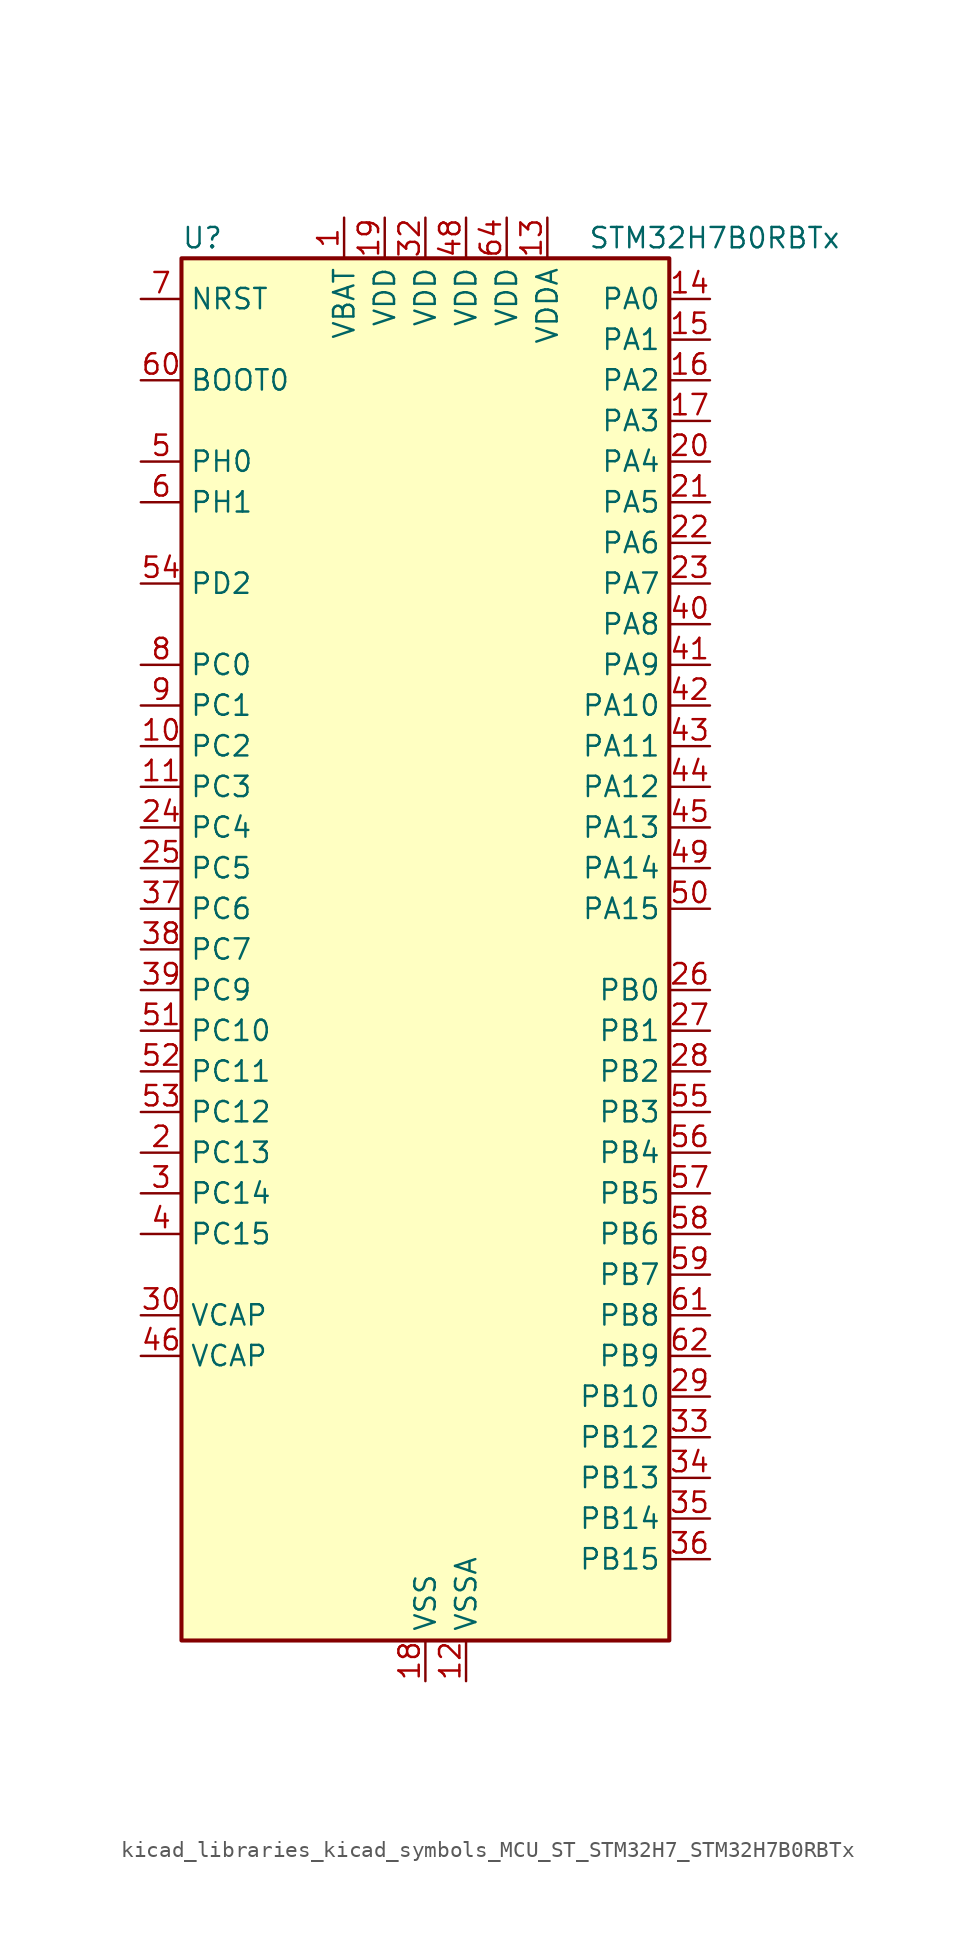
<source format=kicad_sym>
(kicad_symbol_lib
  (version 20220914)
  (generator kicad_symbol_editor)
  (symbol "kicad_libraries_kicad_symbols_MCU_ST_STM32H7_STM32H7B0RBTx"
    (property "Reference" "U"
      (at -15.24 44.45 0)
      (effects (font (size 1.27 1.27)) (justify left)))
    (property "Value" "STM32H7B0RBTx"
      (at 10.16 44.45 0)
      (effects (font (size 1.27 1.27)) (justify left)))
    (property "ki_locked" ""
      (at 0 0 0)
      (effects (font (size 1.27 1.27))))
    (symbol "kicad_libraries_kicad_symbols_MCU_ST_STM32H7_STM32H7B0RBTx_0_1"
      (rectangle (start -15.24 -43.18) (end 15.24 43.18) (stroke (width 0.254) (type default)) (fill (type background))))
    (symbol "kicad_libraries_kicad_symbols_MCU_ST_STM32H7_STM32H7B0RBTx_1_1"
      (pin power_in line (at -5.08 45.72 270) (length 2.54) (name "VBAT" (effects (font (size 1.27 1.27)))) (number "1" (effects (font (size 1.27 1.27)))))
      (pin bidirectional line (at -17.78 12.7 0) (length 2.54) (name "PC2" (effects (font (size 1.27 1.27)))) (number "10" (effects (font (size 1.27 1.27)))) (alternate "ADC1_INN11" bidirectional line) (alternate "ADC1_INP12" bidirectional line) (alternate "ADC2_INN11" bidirectional line) (alternate "ADC2_INP12" bidirectional line) (alternate "DFSDM1_CKIN1" bidirectional line) (alternate "DFSDM1_CKOUT" bidirectional line) (alternate "I2S2_SDI" bidirectional line) (alternate "OCTOSPIM_P1_IO2" bidirectional line) (alternate "OCTOSPIM_P1_IO5" bidirectional line) (alternate "PWR_CSTOP" bidirectional line) (alternate "SPI2_MISO" bidirectional line) (alternate "USB_OTG_HS_ULPI_DIR" bidirectional line))
      (pin bidirectional line (at -17.78 10.16 0) (length 2.54) (name "PC3" (effects (font (size 1.27 1.27)))) (number "11" (effects (font (size 1.27 1.27)))) (alternate "ADC1_INN12" bidirectional line) (alternate "ADC1_INP13" bidirectional line) (alternate "ADC2_INN12" bidirectional line) (alternate "ADC2_INP13" bidirectional line) (alternate "DFSDM1_DATIN1" bidirectional line) (alternate "I2S2_SDO" bidirectional line) (alternate "OCTOSPIM_P1_IO0" bidirectional line) (alternate "OCTOSPIM_P1_IO6" bidirectional line) (alternate "PWR_CSLEEP" bidirectional line) (alternate "SPI2_MOSI" bidirectional line) (alternate "USB_OTG_HS_ULPI_NXT" bidirectional line))
      (pin power_in line (at 2.54 -45.72 90) (length 2.54) (name "VSSA" (effects (font (size 1.27 1.27)))) (number "12" (effects (font (size 1.27 1.27)))))
      (pin power_in line (at 7.62 45.72 270) (length 2.54) (name "VDDA" (effects (font (size 1.27 1.27)))) (number "13" (effects (font (size 1.27 1.27)))))
      (pin bidirectional line (at 17.78 40.64 180) (length 2.54) (name "PA0" (effects (font (size 1.27 1.27)))) (number "14" (effects (font (size 1.27 1.27)))) (alternate "ADC1_INP16" bidirectional line) (alternate "I2S6_WS" bidirectional line) (alternate "PWR_WKUP1" bidirectional line) (alternate "SAI2_SD_B" bidirectional line) (alternate "SDMMC2_CMD" bidirectional line) (alternate "SPI6_NSS" bidirectional line) (alternate "TIM15_BKIN" bidirectional line) (alternate "TIM2_CH1" bidirectional line) (alternate "TIM2_ETR" bidirectional line) (alternate "TIM5_CH1" bidirectional line) (alternate "TIM8_ETR" bidirectional line) (alternate "UART4_TX" bidirectional line) (alternate "USART2_CTS" bidirectional line) (alternate "USART2_NSS" bidirectional line))
      (pin bidirectional line (at 17.78 38.1 180) (length 2.54) (name "PA1" (effects (font (size 1.27 1.27)))) (number "15" (effects (font (size 1.27 1.27)))) (alternate "ADC1_INN16" bidirectional line) (alternate "ADC1_INP17" bidirectional line) (alternate "LPTIM3_OUT" bidirectional line) (alternate "LTDC_R2" bidirectional line) (alternate "OCTOSPIM_P1_DQS" bidirectional line) (alternate "OCTOSPIM_P1_IO3" bidirectional line) (alternate "SAI2_MCLK_B" bidirectional line) (alternate "TIM15_CH1N" bidirectional line) (alternate "TIM2_CH2" bidirectional line) (alternate "TIM5_CH2" bidirectional line) (alternate "UART4_RX" bidirectional line) (alternate "USART2_DE" bidirectional line) (alternate "USART2_RTS" bidirectional line))
      (pin bidirectional line (at 17.78 35.56 180) (length 2.54) (name "PA2" (effects (font (size 1.27 1.27)))) (number "16" (effects (font (size 1.27 1.27)))) (alternate "ADC1_INP14" bidirectional line) (alternate "DFSDM2_CKIN1" bidirectional line) (alternate "LTDC_R1" bidirectional line) (alternate "MDIOS_MDIO" bidirectional line) (alternate "PWR_WKUP2" bidirectional line) (alternate "SAI2_SCK_B" bidirectional line) (alternate "TIM15_CH1" bidirectional line) (alternate "TIM2_CH3" bidirectional line) (alternate "TIM5_CH3" bidirectional line) (alternate "USART2_TX" bidirectional line))
      (pin bidirectional line (at 17.78 33.02 180) (length 2.54) (name "PA3" (effects (font (size 1.27 1.27)))) (number "17" (effects (font (size 1.27 1.27)))) (alternate "ADC1_INP15" bidirectional line) (alternate "I2S6_MCK" bidirectional line) (alternate "LTDC_B2" bidirectional line) (alternate "LTDC_B5" bidirectional line) (alternate "OCTOSPIM_P1_CLK" bidirectional line) (alternate "TIM15_CH2" bidirectional line) (alternate "TIM2_CH4" bidirectional line) (alternate "TIM5_CH4" bidirectional line) (alternate "USART2_RX" bidirectional line) (alternate "USB_OTG_HS_ULPI_D0" bidirectional line))
      (pin power_in line (at 0 -45.72 90) (length 2.54) (name "VSS" (effects (font (size 1.27 1.27)))) (number "18" (effects (font (size 1.27 1.27)))))
      (pin power_in line (at -2.54 45.72 270) (length 2.54) (name "VDD" (effects (font (size 1.27 1.27)))) (number "19" (effects (font (size 1.27 1.27)))))
      (pin bidirectional line (at -17.78 -12.7 0) (length 2.54) (name "PC13" (effects (font (size 1.27 1.27)))) (number "2" (effects (font (size 1.27 1.27)))) (alternate "PWR_WKUP4" bidirectional line) (alternate "RTC_OUT_ALARM" bidirectional line) (alternate "RTC_OUT_CALIB" bidirectional line) (alternate "RTC_TAMP1" bidirectional line) (alternate "RTC_TS" bidirectional line))
      (pin bidirectional line (at 17.78 30.48 180) (length 2.54) (name "PA4" (effects (font (size 1.27 1.27)))) (number "20" (effects (font (size 1.27 1.27)))) (alternate "ADC1_INP18" bidirectional line) (alternate "DAC1_OUT1" bidirectional line) (alternate "DCMI_HSYNC" bidirectional line) (alternate "I2S1_WS" bidirectional line) (alternate "I2S3_WS" bidirectional line) (alternate "I2S6_WS" bidirectional line) (alternate "LTDC_VSYNC" bidirectional line) (alternate "PSSI_DE" bidirectional line) (alternate "SPI1_NSS" bidirectional line) (alternate "SPI3_NSS" bidirectional line) (alternate "SPI6_NSS" bidirectional line) (alternate "TIM5_ETR" bidirectional line) (alternate "USART2_CK" bidirectional line))
      (pin bidirectional line (at 17.78 27.94 180) (length 2.54) (name "PA5" (effects (font (size 1.27 1.27)))) (number "21" (effects (font (size 1.27 1.27)))) (alternate "ADC1_INN18" bidirectional line) (alternate "ADC1_INP19" bidirectional line) (alternate "DAC1_OUT2" bidirectional line) (alternate "I2S1_CK" bidirectional line) (alternate "I2S6_CK" bidirectional line) (alternate "LTDC_R4" bidirectional line) (alternate "PSSI_D14" bidirectional line) (alternate "PWR_NDSTOP2" bidirectional line) (alternate "SPI1_SCK" bidirectional line) (alternate "SPI6_SCK" bidirectional line) (alternate "TIM2_CH1" bidirectional line) (alternate "TIM2_ETR" bidirectional line) (alternate "TIM8_CH1N" bidirectional line) (alternate "USB_OTG_HS_ULPI_CK" bidirectional line))
      (pin bidirectional line (at 17.78 25.4 180) (length 2.54) (name "PA6" (effects (font (size 1.27 1.27)))) (number "22" (effects (font (size 1.27 1.27)))) (alternate "ADC1_INP3" bidirectional line) (alternate "ADC2_INP3" bidirectional line) (alternate "DAC2_OUT1" bidirectional line) (alternate "DCMI_PIXCLK" bidirectional line) (alternate "I2S1_SDI" bidirectional line) (alternate "I2S6_SDI" bidirectional line) (alternate "LTDC_G2" bidirectional line) (alternate "MDIOS_MDC" bidirectional line) (alternate "OCTOSPIM_P1_IO3" bidirectional line) (alternate "PSSI_PDCK" bidirectional line) (alternate "SPI1_MISO" bidirectional line) (alternate "SPI6_MISO" bidirectional line) (alternate "TIM13_CH1" bidirectional line) (alternate "TIM1_BKIN" bidirectional line) (alternate "TIM1_BKIN_COMP1" bidirectional line) (alternate "TIM3_CH1" bidirectional line) (alternate "TIM8_BKIN" bidirectional line) (alternate "TIM8_BKIN_COMP1" bidirectional line))
      (pin bidirectional line (at 17.78 22.86 180) (length 2.54) (name "PA7" (effects (font (size 1.27 1.27)))) (number "23" (effects (font (size 1.27 1.27)))) (alternate "ADC1_INN3" bidirectional line) (alternate "ADC1_INP7" bidirectional line) (alternate "ADC2_INN3" bidirectional line) (alternate "ADC2_INP7" bidirectional line) (alternate "DFSDM2_DATIN1" bidirectional line) (alternate "I2S1_SDO" bidirectional line) (alternate "I2S6_SDO" bidirectional line) (alternate "LTDC_VSYNC" bidirectional line) (alternate "OCTOSPIM_P1_IO2" bidirectional line) (alternate "OPAMP1_VINM" bidirectional line) (alternate "SPI1_MOSI" bidirectional line) (alternate "SPI6_MOSI" bidirectional line) (alternate "TIM14_CH1" bidirectional line) (alternate "TIM1_CH1N" bidirectional line) (alternate "TIM3_CH2" bidirectional line) (alternate "TIM8_CH1N" bidirectional line))
      (pin bidirectional line (at -17.78 7.62 0) (length 2.54) (name "PC4" (effects (font (size 1.27 1.27)))) (number "24" (effects (font (size 1.27 1.27)))) (alternate "ADC1_INP4" bidirectional line) (alternate "ADC2_INP4" bidirectional line) (alternate "COMP1_INM" bidirectional line) (alternate "DFSDM1_CKIN2" bidirectional line) (alternate "I2S1_MCK" bidirectional line) (alternate "LTDC_R7" bidirectional line) (alternate "OPAMP1_VOUT" bidirectional line) (alternate "SPDIFRX_IN2" bidirectional line))
      (pin bidirectional line (at -17.78 5.08 0) (length 2.54) (name "PC5" (effects (font (size 1.27 1.27)))) (number "25" (effects (font (size 1.27 1.27)))) (alternate "ADC1_INN4" bidirectional line) (alternate "ADC1_INP8" bidirectional line) (alternate "ADC2_INN4" bidirectional line) (alternate "ADC2_INP8" bidirectional line) (alternate "COMP1_OUT" bidirectional line) (alternate "DFSDM1_DATIN2" bidirectional line) (alternate "LTDC_DE" bidirectional line) (alternate "OCTOSPIM_P1_DQS" bidirectional line) (alternate "OPAMP1_VINM" bidirectional line) (alternate "PSSI_D15" bidirectional line) (alternate "SPDIFRX_IN3" bidirectional line))
      (pin bidirectional line (at 17.78 -2.54 180) (length 2.54) (name "PB0" (effects (font (size 1.27 1.27)))) (number "26" (effects (font (size 1.27 1.27)))) (alternate "ADC1_INN5" bidirectional line) (alternate "ADC1_INP9" bidirectional line) (alternate "ADC2_INN5" bidirectional line) (alternate "ADC2_INP9" bidirectional line) (alternate "COMP1_INP" bidirectional line) (alternate "DFSDM1_CKOUT" bidirectional line) (alternate "DFSDM2_CKOUT" bidirectional line) (alternate "LTDC_G1" bidirectional line) (alternate "LTDC_R3" bidirectional line) (alternate "OCTOSPIM_P1_IO1" bidirectional line) (alternate "OPAMP1_VINP" bidirectional line) (alternate "TIM1_CH2N" bidirectional line) (alternate "TIM3_CH3" bidirectional line) (alternate "TIM8_CH2N" bidirectional line) (alternate "UART4_CTS" bidirectional line) (alternate "USB_OTG_HS_ULPI_D1" bidirectional line))
      (pin bidirectional line (at 17.78 -5.08 180) (length 2.54) (name "PB1" (effects (font (size 1.27 1.27)))) (number "27" (effects (font (size 1.27 1.27)))) (alternate "ADC1_INP5" bidirectional line) (alternate "ADC2_INP5" bidirectional line) (alternate "COMP1_INM" bidirectional line) (alternate "DFSDM1_DATIN1" bidirectional line) (alternate "LTDC_G0" bidirectional line) (alternate "LTDC_R6" bidirectional line) (alternate "OCTOSPIM_P1_IO0" bidirectional line) (alternate "TIM1_CH3N" bidirectional line) (alternate "TIM3_CH4" bidirectional line) (alternate "TIM8_CH3N" bidirectional line) (alternate "USB_OTG_HS_ULPI_D2" bidirectional line))
      (pin bidirectional line (at 17.78 -7.62 180) (length 2.54) (name "PB2" (effects (font (size 1.27 1.27)))) (number "28" (effects (font (size 1.27 1.27)))) (alternate "COMP1_INP" bidirectional line) (alternate "DFSDM1_CKIN1" bidirectional line) (alternate "I2S3_SDO" bidirectional line) (alternate "OCTOSPIM_P1_CLK" bidirectional line) (alternate "OCTOSPIM_P1_DQS" bidirectional line) (alternate "RTC_OUT_ALARM" bidirectional line) (alternate "RTC_OUT_CALIB" bidirectional line) (alternate "SPI3_MOSI" bidirectional line))
      (pin bidirectional line (at 17.78 -27.94 180) (length 2.54) (name "PB10" (effects (font (size 1.27 1.27)))) (number "29" (effects (font (size 1.27 1.27)))) (alternate "DFSDM1_DATIN7" bidirectional line) (alternate "I2S2_CK" bidirectional line) (alternate "LPTIM2_IN1" bidirectional line) (alternate "LTDC_G4" bidirectional line) (alternate "OCTOSPIM_P1_NCS" bidirectional line) (alternate "SPI2_SCK" bidirectional line) (alternate "TIM2_CH3" bidirectional line) (alternate "USART3_TX" bidirectional line) (alternate "USB_OTG_HS_ULPI_D3" bidirectional line))
      (pin bidirectional line (at -17.78 -15.24 0) (length 2.54) (name "PC14" (effects (font (size 1.27 1.27)))) (number "3" (effects (font (size 1.27 1.27)))) (alternate "RCC_OSC32_IN" bidirectional line))
      (pin power_out line (at -17.78 -22.86 0) (length 2.54) (name "VCAP" (effects (font (size 1.27 1.27)))) (number "30" (effects (font (size 1.27 1.27)))))
      (pin passive line (at 0 -45.72 90) (length 2.54) hide (name "VSS" (effects (font (size 1.27 1.27)))) (number "31" (effects (font (size 1.27 1.27)))))
      (pin power_in line (at 0 45.72 270) (length 2.54) (name "VDD" (effects (font (size 1.27 1.27)))) (number "32" (effects (font (size 1.27 1.27)))))
      (pin bidirectional line (at 17.78 -30.48 180) (length 2.54) (name "PB12" (effects (font (size 1.27 1.27)))) (number "33" (effects (font (size 1.27 1.27)))) (alternate "DFSDM1_DATIN1" bidirectional line) (alternate "DFSDM2_DATIN1" bidirectional line) (alternate "FDCAN2_RX" bidirectional line) (alternate "I2S2_WS" bidirectional line) (alternate "OCTOSPIM_P1_NCLK" bidirectional line) (alternate "SPI2_NSS" bidirectional line) (alternate "TIM1_BKIN" bidirectional line) (alternate "TIM1_BKIN_COMP1" bidirectional line) (alternate "UART5_RX" bidirectional line) (alternate "USART3_CK" bidirectional line) (alternate "USB_OTG_HS_ULPI_D5" bidirectional line))
      (pin bidirectional line (at 17.78 -33.02 180) (length 2.54) (name "PB13" (effects (font (size 1.27 1.27)))) (number "34" (effects (font (size 1.27 1.27)))) (alternate "DCMI_D2" bidirectional line) (alternate "DFSDM1_CKIN1" bidirectional line) (alternate "DFSDM2_CKIN1" bidirectional line) (alternate "FDCAN2_TX" bidirectional line) (alternate "I2S2_CK" bidirectional line) (alternate "LPTIM2_OUT" bidirectional line) (alternate "PSSI_D2" bidirectional line) (alternate "SDMMC1_D0" bidirectional line) (alternate "SPI2_SCK" bidirectional line) (alternate "TIM1_CH1N" bidirectional line) (alternate "UART5_TX" bidirectional line) (alternate "USART3_CTS" bidirectional line) (alternate "USART3_NSS" bidirectional line) (alternate "USB_OTG_HS_ULPI_D6" bidirectional line))
      (pin bidirectional line (at 17.78 -35.56 180) (length 2.54) (name "PB14" (effects (font (size 1.27 1.27)))) (number "35" (effects (font (size 1.27 1.27)))) (alternate "DFSDM1_DATIN2" bidirectional line) (alternate "I2S2_SDI" bidirectional line) (alternate "LTDC_CLK" bidirectional line) (alternate "SDMMC2_D0" bidirectional line) (alternate "SPI2_MISO" bidirectional line) (alternate "TIM12_CH1" bidirectional line) (alternate "TIM1_CH2N" bidirectional line) (alternate "TIM8_CH2N" bidirectional line) (alternate "UART4_DE" bidirectional line) (alternate "UART4_RTS" bidirectional line) (alternate "USART1_TX" bidirectional line) (alternate "USART3_DE" bidirectional line) (alternate "USART3_RTS" bidirectional line))
      (pin bidirectional line (at 17.78 -38.1 180) (length 2.54) (name "PB15" (effects (font (size 1.27 1.27)))) (number "36" (effects (font (size 1.27 1.27)))) (alternate "ADC1_EXTI15" bidirectional line) (alternate "ADC2_EXTI15" bidirectional line) (alternate "DFSDM1_CKIN2" bidirectional line) (alternate "I2S2_SDO" bidirectional line) (alternate "LTDC_G7" bidirectional line) (alternate "RTC_REFIN" bidirectional line) (alternate "SDMMC2_D1" bidirectional line) (alternate "SPI2_MOSI" bidirectional line) (alternate "TIM12_CH2" bidirectional line) (alternate "TIM1_CH3N" bidirectional line) (alternate "TIM8_CH3N" bidirectional line) (alternate "UART4_CTS" bidirectional line) (alternate "USART1_RX" bidirectional line))
      (pin bidirectional line (at -17.78 2.54 0) (length 2.54) (name "PC6" (effects (font (size 1.27 1.27)))) (number "37" (effects (font (size 1.27 1.27)))) (alternate "DCMI_D0" bidirectional line) (alternate "DFSDM1_CKIN3" bidirectional line) (alternate "I2S2_MCK" bidirectional line) (alternate "LTDC_HSYNC" bidirectional line) (alternate "PSSI_D0" bidirectional line) (alternate "SDMMC1_D0DIR" bidirectional line) (alternate "SDMMC1_D6" bidirectional line) (alternate "SDMMC2_D6" bidirectional line) (alternate "SWPMI1_IO" bidirectional line) (alternate "TIM3_CH1" bidirectional line) (alternate "TIM8_CH1" bidirectional line) (alternate "USART6_TX" bidirectional line))
      (pin bidirectional line (at -17.78 0 0) (length 2.54) (name "PC7" (effects (font (size 1.27 1.27)))) (number "38" (effects (font (size 1.27 1.27)))) (alternate "DCMI_D1" bidirectional line) (alternate "DEBUG_TRGIO" bidirectional line) (alternate "DFSDM1_DATIN3" bidirectional line) (alternate "I2S3_MCK" bidirectional line) (alternate "LTDC_G6" bidirectional line) (alternate "PSSI_D1" bidirectional line) (alternate "SDMMC1_D123DIR" bidirectional line) (alternate "SDMMC1_D7" bidirectional line) (alternate "SDMMC2_D7" bidirectional line) (alternate "SWPMI1_TX" bidirectional line) (alternate "TIM3_CH2" bidirectional line) (alternate "TIM8_CH2" bidirectional line) (alternate "USART6_RX" bidirectional line))
      (pin bidirectional line (at -17.78 -2.54 0) (length 2.54) (name "PC9" (effects (font (size 1.27 1.27)))) (number "39" (effects (font (size 1.27 1.27)))) (alternate "DAC1_EXTI9" bidirectional line) (alternate "DCMI_D3" bidirectional line) (alternate "I2C3_SDA" bidirectional line) (alternate "I2S_CKIN" bidirectional line) (alternate "LTDC_B2" bidirectional line) (alternate "LTDC_G3" bidirectional line) (alternate "OCTOSPIM_P1_IO0" bidirectional line) (alternate "PSSI_D3" bidirectional line) (alternate "RCC_MCO_2" bidirectional line) (alternate "SDMMC1_D1" bidirectional line) (alternate "SWPMI1_SUSPEND" bidirectional line) (alternate "TIM3_CH4" bidirectional line) (alternate "TIM8_CH4" bidirectional line) (alternate "UART5_CTS" bidirectional line))
      (pin bidirectional line (at -17.78 -17.78 0) (length 2.54) (name "PC15" (effects (font (size 1.27 1.27)))) (number "4" (effects (font (size 1.27 1.27)))) (alternate "ADC1_EXTI15" bidirectional line) (alternate "ADC2_EXTI15" bidirectional line) (alternate "RCC_OSC32_OUT" bidirectional line))
      (pin bidirectional line (at 17.78 20.32 180) (length 2.54) (name "PA8" (effects (font (size 1.27 1.27)))) (number "40" (effects (font (size 1.27 1.27)))) (alternate "I2C3_SCL" bidirectional line) (alternate "LTDC_B3" bidirectional line) (alternate "LTDC_R6" bidirectional line) (alternate "RCC_MCO_1" bidirectional line) (alternate "TIM1_CH1" bidirectional line) (alternate "TIM8_BKIN2" bidirectional line) (alternate "TIM8_BKIN2_COMP1" bidirectional line) (alternate "UART7_RX" bidirectional line) (alternate "USART1_CK" bidirectional line) (alternate "USB_OTG_HS_SOF" bidirectional line))
      (pin bidirectional line (at 17.78 17.78 180) (length 2.54) (name "PA9" (effects (font (size 1.27 1.27)))) (number "41" (effects (font (size 1.27 1.27)))) (alternate "DAC1_EXTI9" bidirectional line) (alternate "DCMI_D0" bidirectional line) (alternate "I2C3_SMBA" bidirectional line) (alternate "I2S2_CK" bidirectional line) (alternate "LPUART1_TX" bidirectional line) (alternate "LTDC_R5" bidirectional line) (alternate "PSSI_D0" bidirectional line) (alternate "SPI2_SCK" bidirectional line) (alternate "TIM1_CH2" bidirectional line) (alternate "USART1_TX" bidirectional line) (alternate "USB_OTG_HS_VBUS" bidirectional line))
      (pin bidirectional line (at 17.78 15.24 180) (length 2.54) (name "PA10" (effects (font (size 1.27 1.27)))) (number "42" (effects (font (size 1.27 1.27)))) (alternate "DCMI_D1" bidirectional line) (alternate "LPUART1_RX" bidirectional line) (alternate "LTDC_B1" bidirectional line) (alternate "LTDC_B4" bidirectional line) (alternate "MDIOS_MDIO" bidirectional line) (alternate "PSSI_D1" bidirectional line) (alternate "TIM1_CH3" bidirectional line) (alternate "USART1_RX" bidirectional line) (alternate "USB_OTG_HS_ID" bidirectional line))
      (pin bidirectional line (at 17.78 12.7 180) (length 2.54) (name "PA11" (effects (font (size 1.27 1.27)))) (number "43" (effects (font (size 1.27 1.27)))) (alternate "ADC1_EXTI11" bidirectional line) (alternate "ADC2_EXTI11" bidirectional line) (alternate "FDCAN1_RX" bidirectional line) (alternate "I2S2_WS" bidirectional line) (alternate "LPUART1_CTS" bidirectional line) (alternate "LTDC_R4" bidirectional line) (alternate "SPI2_NSS" bidirectional line) (alternate "TIM1_CH4" bidirectional line) (alternate "UART4_RX" bidirectional line) (alternate "USART1_CTS" bidirectional line) (alternate "USART1_NSS" bidirectional line) (alternate "USB_OTG_HS_DM" bidirectional line))
      (pin bidirectional line (at 17.78 10.16 180) (length 2.54) (name "PA12" (effects (font (size 1.27 1.27)))) (number "44" (effects (font (size 1.27 1.27)))) (alternate "FDCAN1_TX" bidirectional line) (alternate "I2S2_CK" bidirectional line) (alternate "LPUART1_DE" bidirectional line) (alternate "LPUART1_RTS" bidirectional line) (alternate "LTDC_R5" bidirectional line) (alternate "SAI2_FS_B" bidirectional line) (alternate "SPI2_SCK" bidirectional line) (alternate "TIM1_ETR" bidirectional line) (alternate "UART4_TX" bidirectional line) (alternate "USART1_DE" bidirectional line) (alternate "USART1_RTS" bidirectional line) (alternate "USB_OTG_HS_DP" bidirectional line))
      (pin bidirectional line (at 17.78 7.62 180) (length 2.54) (name "PA13" (effects (font (size 1.27 1.27)))) (number "45" (effects (font (size 1.27 1.27)))) (alternate "DEBUG_JTMS-SWDIO" bidirectional line))
      (pin power_out line (at -17.78 -25.4 0) (length 2.54) (name "VCAP" (effects (font (size 1.27 1.27)))) (number "46" (effects (font (size 1.27 1.27)))))
      (pin passive line (at 0 -45.72 90) (length 2.54) hide (name "VSS" (effects (font (size 1.27 1.27)))) (number "47" (effects (font (size 1.27 1.27)))))
      (pin power_in line (at 2.54 45.72 270) (length 2.54) (name "VDD" (effects (font (size 1.27 1.27)))) (number "48" (effects (font (size 1.27 1.27)))))
      (pin bidirectional line (at 17.78 5.08 180) (length 2.54) (name "PA14" (effects (font (size 1.27 1.27)))) (number "49" (effects (font (size 1.27 1.27)))) (alternate "DEBUG_JTCK-SWCLK" bidirectional line))
      (pin bidirectional line (at -17.78 30.48 0) (length 2.54) (name "PH0" (effects (font (size 1.27 1.27)))) (number "5" (effects (font (size 1.27 1.27)))) (alternate "RCC_OSC_IN" bidirectional line))
      (pin bidirectional line (at 17.78 2.54 180) (length 2.54) (name "PA15" (effects (font (size 1.27 1.27)))) (number "50" (effects (font (size 1.27 1.27)))) (alternate "ADC1_EXTI15" bidirectional line) (alternate "ADC2_EXTI15" bidirectional line) (alternate "CEC" bidirectional line) (alternate "DEBUG_JTDI" bidirectional line) (alternate "I2S1_WS" bidirectional line) (alternate "I2S3_WS" bidirectional line) (alternate "I2S6_WS" bidirectional line) (alternate "LTDC_B6" bidirectional line) (alternate "LTDC_R3" bidirectional line) (alternate "SPI1_NSS" bidirectional line) (alternate "SPI3_NSS" bidirectional line) (alternate "SPI6_NSS" bidirectional line) (alternate "TIM2_CH1" bidirectional line) (alternate "TIM2_ETR" bidirectional line) (alternate "UART4_DE" bidirectional line) (alternate "UART4_RTS" bidirectional line) (alternate "UART7_TX" bidirectional line))
      (pin bidirectional line (at -17.78 -5.08 0) (length 2.54) (name "PC10" (effects (font (size 1.27 1.27)))) (number "51" (effects (font (size 1.27 1.27)))) (alternate "DCMI_D8" bidirectional line) (alternate "DFSDM1_CKIN5" bidirectional line) (alternate "DFSDM2_CKIN0" bidirectional line) (alternate "I2S3_CK" bidirectional line) (alternate "LTDC_B1" bidirectional line) (alternate "LTDC_R2" bidirectional line) (alternate "OCTOSPIM_P1_IO1" bidirectional line) (alternate "PSSI_D8" bidirectional line) (alternate "SDMMC1_D2" bidirectional line) (alternate "SPI3_SCK" bidirectional line) (alternate "SWPMI1_RX" bidirectional line) (alternate "UART4_TX" bidirectional line) (alternate "USART3_TX" bidirectional line))
      (pin bidirectional line (at -17.78 -7.62 0) (length 2.54) (name "PC11" (effects (font (size 1.27 1.27)))) (number "52" (effects (font (size 1.27 1.27)))) (alternate "ADC1_EXTI11" bidirectional line) (alternate "ADC2_EXTI11" bidirectional line) (alternate "DCMI_D4" bidirectional line) (alternate "DFSDM1_DATIN5" bidirectional line) (alternate "DFSDM2_DATIN0" bidirectional line) (alternate "I2S3_SDI" bidirectional line) (alternate "LTDC_B4" bidirectional line) (alternate "OCTOSPIM_P1_NCS" bidirectional line) (alternate "PSSI_D4" bidirectional line) (alternate "SDMMC1_D3" bidirectional line) (alternate "SPI3_MISO" bidirectional line) (alternate "UART4_RX" bidirectional line) (alternate "USART3_RX" bidirectional line))
      (pin bidirectional line (at -17.78 -10.16 0) (length 2.54) (name "PC12" (effects (font (size 1.27 1.27)))) (number "53" (effects (font (size 1.27 1.27)))) (alternate "DCMI_D9" bidirectional line) (alternate "DEBUG_TRACED3" bidirectional line) (alternate "DFSDM2_CKOUT" bidirectional line) (alternate "I2S3_SDO" bidirectional line) (alternate "I2S6_CK" bidirectional line) (alternate "LTDC_R6" bidirectional line) (alternate "PSSI_D9" bidirectional line) (alternate "SDMMC1_CK" bidirectional line) (alternate "SPI3_MOSI" bidirectional line) (alternate "SPI6_SCK" bidirectional line) (alternate "TIM15_CH1" bidirectional line) (alternate "UART5_TX" bidirectional line) (alternate "USART3_CK" bidirectional line))
      (pin bidirectional line (at -17.78 22.86 0) (length 2.54) (name "PD2" (effects (font (size 1.27 1.27)))) (number "54" (effects (font (size 1.27 1.27)))) (alternate "DCMI_D11" bidirectional line) (alternate "DEBUG_TRACED2" bidirectional line) (alternate "LTDC_B2" bidirectional line) (alternate "LTDC_B7" bidirectional line) (alternate "PSSI_D11" bidirectional line) (alternate "SDMMC1_CMD" bidirectional line) (alternate "TIM15_BKIN" bidirectional line) (alternate "TIM3_ETR" bidirectional line) (alternate "UART5_RX" bidirectional line))
      (pin bidirectional line (at 17.78 -10.16 180) (length 2.54) (name "PB3" (effects (font (size 1.27 1.27)))) (number "55" (effects (font (size 1.27 1.27)))) (alternate "CRS_SYNC" bidirectional line) (alternate "DEBUG_JTDO-SWO" bidirectional line) (alternate "I2S1_CK" bidirectional line) (alternate "I2S3_CK" bidirectional line) (alternate "I2S6_CK" bidirectional line) (alternate "SDMMC2_D2" bidirectional line) (alternate "SPI1_SCK" bidirectional line) (alternate "SPI3_SCK" bidirectional line) (alternate "SPI6_SCK" bidirectional line) (alternate "TIM2_CH2" bidirectional line) (alternate "UART7_RX" bidirectional line))
      (pin bidirectional line (at 17.78 -12.7 180) (length 2.54) (name "PB4" (effects (font (size 1.27 1.27)))) (number "56" (effects (font (size 1.27 1.27)))) (alternate "DEBUG_JTRST" bidirectional line) (alternate "I2S1_SDI" bidirectional line) (alternate "I2S2_WS" bidirectional line) (alternate "I2S3_SDI" bidirectional line) (alternate "I2S6_SDI" bidirectional line) (alternate "SDMMC2_D3" bidirectional line) (alternate "SPI1_MISO" bidirectional line) (alternate "SPI2_NSS" bidirectional line) (alternate "SPI3_MISO" bidirectional line) (alternate "SPI6_MISO" bidirectional line) (alternate "TIM16_BKIN" bidirectional line) (alternate "TIM3_CH1" bidirectional line) (alternate "UART7_TX" bidirectional line))
      (pin bidirectional line (at 17.78 -15.24 180) (length 2.54) (name "PB5" (effects (font (size 1.27 1.27)))) (number "57" (effects (font (size 1.27 1.27)))) (alternate "DCMI_D10" bidirectional line) (alternate "FDCAN2_RX" bidirectional line) (alternate "I2C1_SMBA" bidirectional line) (alternate "I2C4_SMBA" bidirectional line) (alternate "I2S1_SDO" bidirectional line) (alternate "I2S3_SDO" bidirectional line) (alternate "I2S6_SDO" bidirectional line) (alternate "LTDC_B5" bidirectional line) (alternate "PSSI_D10" bidirectional line) (alternate "SPI1_MOSI" bidirectional line) (alternate "SPI3_MOSI" bidirectional line) (alternate "SPI6_MOSI" bidirectional line) (alternate "TIM17_BKIN" bidirectional line) (alternate "TIM3_CH2" bidirectional line) (alternate "UART5_RX" bidirectional line) (alternate "USB_OTG_HS_ULPI_D7" bidirectional line))
      (pin bidirectional line (at 17.78 -17.78 180) (length 2.54) (name "PB6" (effects (font (size 1.27 1.27)))) (number "58" (effects (font (size 1.27 1.27)))) (alternate "CEC" bidirectional line) (alternate "DCMI_D5" bidirectional line) (alternate "DFSDM1_DATIN5" bidirectional line) (alternate "FDCAN2_TX" bidirectional line) (alternate "I2C1_SCL" bidirectional line) (alternate "I2C4_SCL" bidirectional line) (alternate "LPUART1_TX" bidirectional line) (alternate "OCTOSPIM_P1_NCS" bidirectional line) (alternate "PSSI_D5" bidirectional line) (alternate "TIM16_CH1N" bidirectional line) (alternate "TIM4_CH1" bidirectional line) (alternate "UART5_TX" bidirectional line) (alternate "USART1_TX" bidirectional line))
      (pin bidirectional line (at 17.78 -20.32 180) (length 2.54) (name "PB7" (effects (font (size 1.27 1.27)))) (number "59" (effects (font (size 1.27 1.27)))) (alternate "DCMI_VSYNC" bidirectional line) (alternate "DFSDM1_CKIN5" bidirectional line) (alternate "I2C1_SDA" bidirectional line) (alternate "I2C4_SDA" bidirectional line) (alternate "LPUART1_RX" bidirectional line) (alternate "PSSI_RDY" bidirectional line) (alternate "PWR_PVD_IN" bidirectional line) (alternate "TIM17_CH1N" bidirectional line) (alternate "TIM4_CH2" bidirectional line) (alternate "USART1_RX" bidirectional line))
      (pin bidirectional line (at -17.78 27.94 0) (length 2.54) (name "PH1" (effects (font (size 1.27 1.27)))) (number "6" (effects (font (size 1.27 1.27)))) (alternate "RCC_OSC_OUT" bidirectional line))
      (pin input line (at -17.78 35.56 0) (length 2.54) (name "BOOT0" (effects (font (size 1.27 1.27)))) (number "60" (effects (font (size 1.27 1.27)))))
      (pin bidirectional line (at 17.78 -22.86 180) (length 2.54) (name "PB8" (effects (font (size 1.27 1.27)))) (number "61" (effects (font (size 1.27 1.27)))) (alternate "DCMI_D6" bidirectional line) (alternate "DFSDM1_CKIN7" bidirectional line) (alternate "FDCAN1_RX" bidirectional line) (alternate "I2C1_SCL" bidirectional line) (alternate "I2C4_SCL" bidirectional line) (alternate "LTDC_B6" bidirectional line) (alternate "PSSI_D6" bidirectional line) (alternate "SDMMC1_CKIN" bidirectional line) (alternate "SDMMC1_D4" bidirectional line) (alternate "SDMMC2_D4" bidirectional line) (alternate "TIM16_CH1" bidirectional line) (alternate "TIM4_CH3" bidirectional line) (alternate "UART4_RX" bidirectional line))
      (pin bidirectional line (at 17.78 -25.4 180) (length 2.54) (name "PB9" (effects (font (size 1.27 1.27)))) (number "62" (effects (font (size 1.27 1.27)))) (alternate "DAC1_EXTI9" bidirectional line) (alternate "DCMI_D7" bidirectional line) (alternate "DFSDM1_DATIN7" bidirectional line) (alternate "FDCAN1_TX" bidirectional line) (alternate "I2C1_SDA" bidirectional line) (alternate "I2C4_SDA" bidirectional line) (alternate "I2C4_SMBA" bidirectional line) (alternate "I2S2_WS" bidirectional line) (alternate "LTDC_B7" bidirectional line) (alternate "PSSI_D7" bidirectional line) (alternate "SDMMC1_CDIR" bidirectional line) (alternate "SDMMC1_D5" bidirectional line) (alternate "SDMMC2_D5" bidirectional line) (alternate "SPI2_NSS" bidirectional line) (alternate "TIM17_CH1" bidirectional line) (alternate "TIM4_CH4" bidirectional line) (alternate "UART4_TX" bidirectional line))
      (pin passive line (at 0 -45.72 90) (length 2.54) hide (name "VSS" (effects (font (size 1.27 1.27)))) (number "63" (effects (font (size 1.27 1.27)))))
      (pin power_in line (at 5.08 45.72 270) (length 2.54) (name "VDD" (effects (font (size 1.27 1.27)))) (number "64" (effects (font (size 1.27 1.27)))))
      (pin input line (at -17.78 40.64 0) (length 2.54) (name "NRST" (effects (font (size 1.27 1.27)))) (number "7" (effects (font (size 1.27 1.27)))))
      (pin bidirectional line (at -17.78 17.78 0) (length 2.54) (name "PC0" (effects (font (size 1.27 1.27)))) (number "8" (effects (font (size 1.27 1.27)))) (alternate "ADC1_INP10" bidirectional line) (alternate "ADC2_INP10" bidirectional line) (alternate "DFSDM1_CKIN0" bidirectional line) (alternate "DFSDM1_DATIN4" bidirectional line) (alternate "LTDC_G2" bidirectional line) (alternate "LTDC_R5" bidirectional line) (alternate "SAI2_FS_B" bidirectional line) (alternate "USB_OTG_HS_ULPI_STP" bidirectional line))
      (pin bidirectional line (at -17.78 15.24 0) (length 2.54) (name "PC1" (effects (font (size 1.27 1.27)))) (number "9" (effects (font (size 1.27 1.27)))) (alternate "ADC1_INN10" bidirectional line) (alternate "ADC1_INP11" bidirectional line) (alternate "ADC2_INN10" bidirectional line) (alternate "ADC2_INP11" bidirectional line) (alternate "DEBUG_TRACED0" bidirectional line) (alternate "DFSDM1_CKIN4" bidirectional line) (alternate "DFSDM1_DATIN0" bidirectional line) (alternate "I2S2_SDO" bidirectional line) (alternate "LTDC_G5" bidirectional line) (alternate "MDIOS_MDC" bidirectional line) (alternate "OCTOSPIM_P1_IO4" bidirectional line) (alternate "PWR_WKUP6" bidirectional line) (alternate "RTC_TAMP3" bidirectional line) (alternate "SDMMC2_CK" bidirectional line) (alternate "SPI2_MOSI" bidirectional line)))))
</source>
